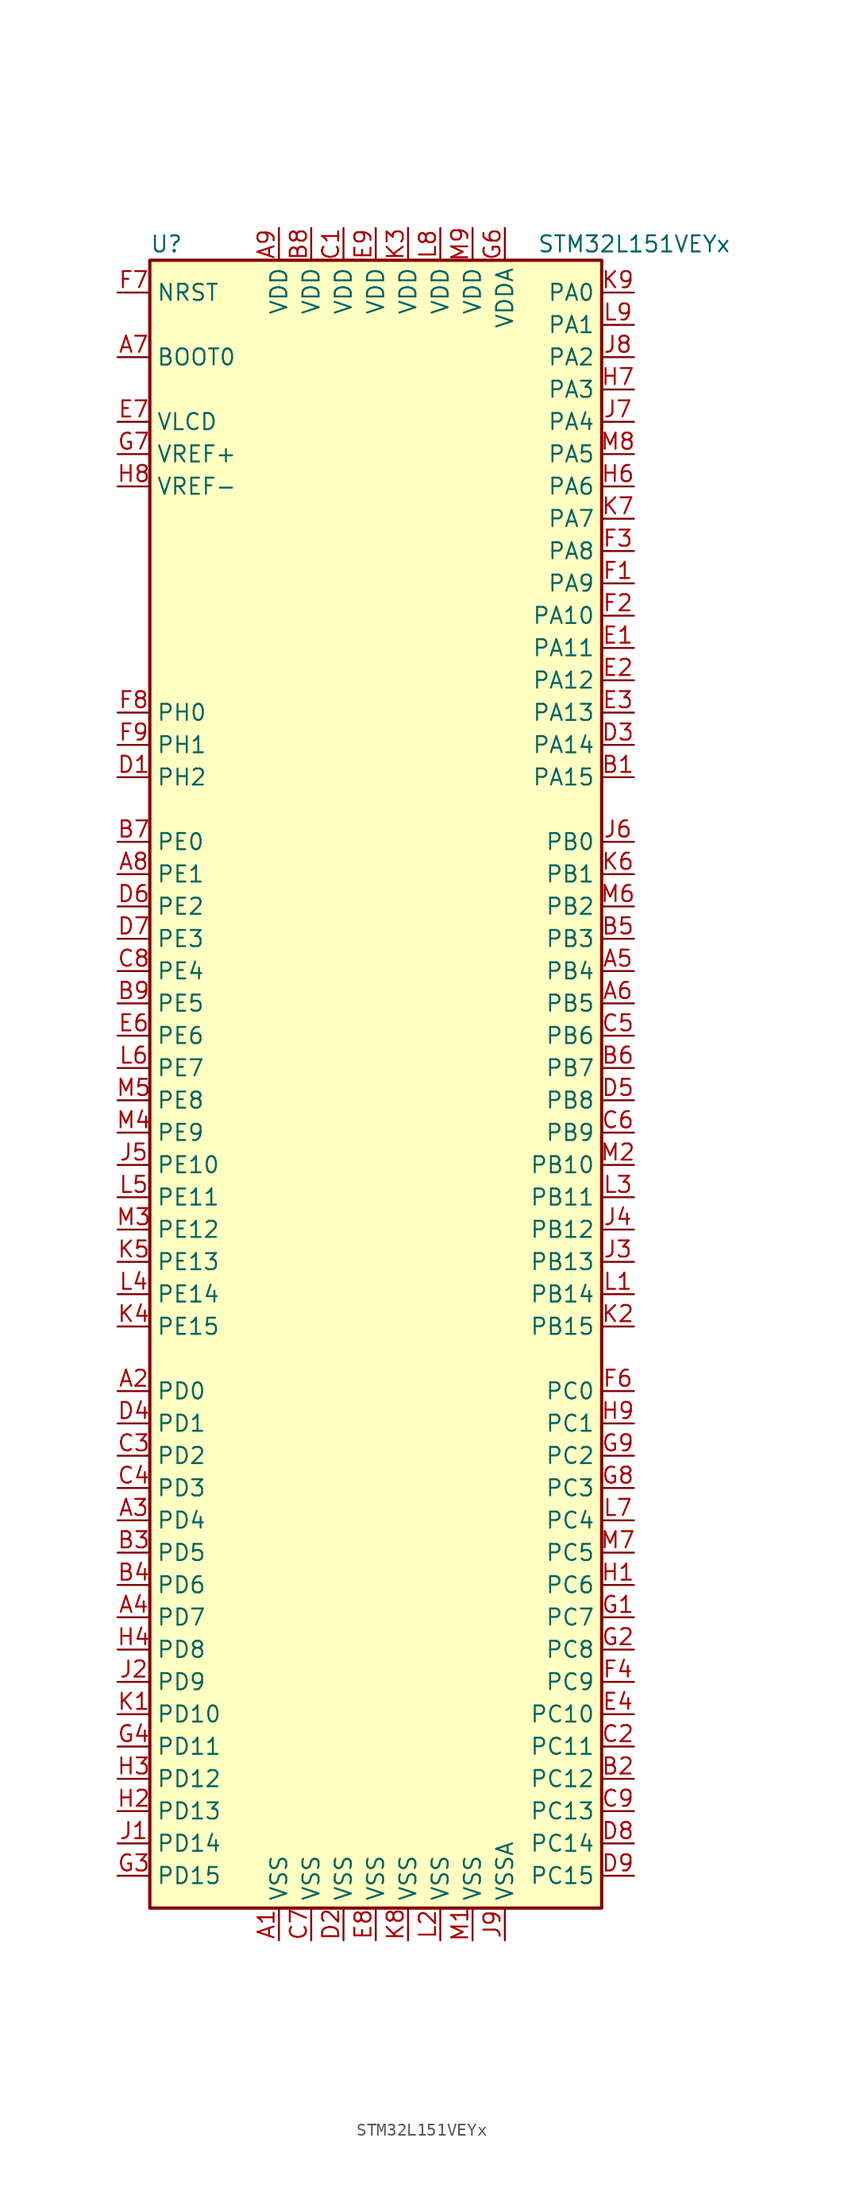
<source format=kicad_sym>
(kicad_symbol_lib
  (version 20201005)
  (generator kicad_symbol_editor)
  (symbol "STM32L151VEYx"
    (property "Reference" "U"
      (at -17.78 64.77 0)
      (effects (font (size 1.27 1.27)) (justify left)))
    (property "Value" "STM32L151VEYx"
      (at 12.7 64.77 0)
      (effects (font (size 1.27 1.27)) (justify left)))
    (symbol "STM32L151VEYx_0_1"
      (rectangle (start -17.78 -66.04) (end 17.78 63.5) (stroke (width 0.254)) (fill (type background))))
    (symbol "STM32L151VEYx_1_1"
      (pin power_in line (at -7.62 -68.58 90) (length 2.54) (name "VSS" (effects (font (size 1.27 1.27)))) (number "A1" (effects (font (size 1.27 1.27)))))
      (pin bidirectional line (at -20.32 -25.4 0) (length 2.54) (name "PD0" (effects (font (size 1.27 1.27)))) (number "A2" (effects (font (size 1.27 1.27)))))
      (pin bidirectional line (at -20.32 -35.56 0) (length 2.54) (name "PD4" (effects (font (size 1.27 1.27)))) (number "A3" (effects (font (size 1.27 1.27)))))
      (pin bidirectional line (at -20.32 -43.18 0) (length 2.54) (name "PD7" (effects (font (size 1.27 1.27)))) (number "A4" (effects (font (size 1.27 1.27)))))
      (pin bidirectional line (at 20.32 7.62 180) (length 2.54) (name "PB4" (effects (font (size 1.27 1.27)))) (number "A5" (effects (font (size 1.27 1.27)))))
      (pin bidirectional line (at 20.32 5.08 180) (length 2.54) (name "PB5" (effects (font (size 1.27 1.27)))) (number "A6" (effects (font (size 1.27 1.27)))))
      (pin input line (at -20.32 55.88 0) (length 2.54) (name "BOOT0" (effects (font (size 1.27 1.27)))) (number "A7" (effects (font (size 1.27 1.27)))))
      (pin bidirectional line (at -20.32 15.24 0) (length 2.54) (name "PE1" (effects (font (size 1.27 1.27)))) (number "A8" (effects (font (size 1.27 1.27)))))
      (pin power_in line (at -7.62 66.04 270) (length 2.54) (name "VDD" (effects (font (size 1.27 1.27)))) (number "A9" (effects (font (size 1.27 1.27)))))
      (pin bidirectional line (at 20.32 22.86 180) (length 2.54) (name "PA15" (effects (font (size 1.27 1.27)))) (number "B1" (effects (font (size 1.27 1.27)))))
      (pin bidirectional line (at 20.32 -55.88 180) (length 2.54) (name "PC12" (effects (font (size 1.27 1.27)))) (number "B2" (effects (font (size 1.27 1.27)))))
      (pin bidirectional line (at -20.32 -38.1 0) (length 2.54) (name "PD5" (effects (font (size 1.27 1.27)))) (number "B3" (effects (font (size 1.27 1.27)))))
      (pin bidirectional line (at -20.32 -40.64 0) (length 2.54) (name "PD6" (effects (font (size 1.27 1.27)))) (number "B4" (effects (font (size 1.27 1.27)))))
      (pin bidirectional line (at 20.32 10.16 180) (length 2.54) (name "PB3" (effects (font (size 1.27 1.27)))) (number "B5" (effects (font (size 1.27 1.27)))))
      (pin bidirectional line (at 20.32 0 180) (length 2.54) (name "PB7" (effects (font (size 1.27 1.27)))) (number "B6" (effects (font (size 1.27 1.27)))))
      (pin bidirectional line (at -20.32 17.78 0) (length 2.54) (name "PE0" (effects (font (size 1.27 1.27)))) (number "B7" (effects (font (size 1.27 1.27)))))
      (pin power_in line (at -5.08 66.04 270) (length 2.54) (name "VDD" (effects (font (size 1.27 1.27)))) (number "B8" (effects (font (size 1.27 1.27)))))
      (pin bidirectional line (at -20.32 5.08 0) (length 2.54) (name "PE5" (effects (font (size 1.27 1.27)))) (number "B9" (effects (font (size 1.27 1.27)))))
      (pin power_in line (at -2.54 66.04 270) (length 2.54) (name "VDD" (effects (font (size 1.27 1.27)))) (number "C1" (effects (font (size 1.27 1.27)))))
      (pin bidirectional line (at 20.32 -53.34 180) (length 2.54) (name "PC11" (effects (font (size 1.27 1.27)))) (number "C2" (effects (font (size 1.27 1.27)))))
      (pin bidirectional line (at -20.32 -30.48 0) (length 2.54) (name "PD2" (effects (font (size 1.27 1.27)))) (number "C3" (effects (font (size 1.27 1.27)))))
      (pin bidirectional line (at -20.32 -33.02 0) (length 2.54) (name "PD3" (effects (font (size 1.27 1.27)))) (number "C4" (effects (font (size 1.27 1.27)))))
      (pin bidirectional line (at 20.32 2.54 180) (length 2.54) (name "PB6" (effects (font (size 1.27 1.27)))) (number "C5" (effects (font (size 1.27 1.27)))))
      (pin bidirectional line (at 20.32 -5.08 180) (length 2.54) (name "PB9" (effects (font (size 1.27 1.27)))) (number "C6" (effects (font (size 1.27 1.27)))))
      (pin power_in line (at -5.08 -68.58 90) (length 2.54) (name "VSS" (effects (font (size 1.27 1.27)))) (number "C7" (effects (font (size 1.27 1.27)))))
      (pin bidirectional line (at -20.32 7.62 0) (length 2.54) (name "PE4" (effects (font (size 1.27 1.27)))) (number "C8" (effects (font (size 1.27 1.27)))))
      (pin bidirectional line (at 20.32 -58.42 180) (length 2.54) (name "PC13" (effects (font (size 1.27 1.27)))) (number "C9" (effects (font (size 1.27 1.27)))))
      (pin bidirectional line (at -20.32 22.86 0) (length 2.54) (name "PH2" (effects (font (size 1.27 1.27)))) (number "D1" (effects (font (size 1.27 1.27)))))
      (pin power_in line (at -2.54 -68.58 90) (length 2.54) (name "VSS" (effects (font (size 1.27 1.27)))) (number "D2" (effects (font (size 1.27 1.27)))))
      (pin bidirectional line (at 20.32 25.4 180) (length 2.54) (name "PA14" (effects (font (size 1.27 1.27)))) (number "D3" (effects (font (size 1.27 1.27)))))
      (pin bidirectional line (at -20.32 -27.94 0) (length 2.54) (name "PD1" (effects (font (size 1.27 1.27)))) (number "D4" (effects (font (size 1.27 1.27)))))
      (pin bidirectional line (at 20.32 -2.54 180) (length 2.54) (name "PB8" (effects (font (size 1.27 1.27)))) (number "D5" (effects (font (size 1.27 1.27)))))
      (pin bidirectional line (at -20.32 12.7 0) (length 2.54) (name "PE2" (effects (font (size 1.27 1.27)))) (number "D6" (effects (font (size 1.27 1.27)))))
      (pin bidirectional line (at -20.32 10.16 0) (length 2.54) (name "PE3" (effects (font (size 1.27 1.27)))) (number "D7" (effects (font (size 1.27 1.27)))))
      (pin bidirectional line (at 20.32 -60.96 180) (length 2.54) (name "PC14" (effects (font (size 1.27 1.27)))) (number "D8" (effects (font (size 1.27 1.27)))))
      (pin bidirectional line (at 20.32 -63.5 180) (length 2.54) (name "PC15" (effects (font (size 1.27 1.27)))) (number "D9" (effects (font (size 1.27 1.27)))))
      (pin bidirectional line (at 20.32 33.02 180) (length 2.54) (name "PA11" (effects (font (size 1.27 1.27)))) (number "E1" (effects (font (size 1.27 1.27)))))
      (pin bidirectional line (at 20.32 30.48 180) (length 2.54) (name "PA12" (effects (font (size 1.27 1.27)))) (number "E2" (effects (font (size 1.27 1.27)))))
      (pin bidirectional line (at 20.32 27.94 180) (length 2.54) (name "PA13" (effects (font (size 1.27 1.27)))) (number "E3" (effects (font (size 1.27 1.27)))))
      (pin bidirectional line (at 20.32 -50.8 180) (length 2.54) (name "PC10" (effects (font (size 1.27 1.27)))) (number "E4" (effects (font (size 1.27 1.27)))))
      (pin bidirectional line (at -20.32 2.54 0) (length 2.54) (name "PE6" (effects (font (size 1.27 1.27)))) (number "E6" (effects (font (size 1.27 1.27)))))
      (pin power_in line (at -20.32 50.8 0) (length 2.54) (name "VLCD" (effects (font (size 1.27 1.27)))) (number "E7" (effects (font (size 1.27 1.27)))))
      (pin power_in line (at 0 -68.58 90) (length 2.54) (name "VSS" (effects (font (size 1.27 1.27)))) (number "E8" (effects (font (size 1.27 1.27)))))
      (pin power_in line (at 0 66.04 270) (length 2.54) (name "VDD" (effects (font (size 1.27 1.27)))) (number "E9" (effects (font (size 1.27 1.27)))))
      (pin bidirectional line (at 20.32 38.1 180) (length 2.54) (name "PA9" (effects (font (size 1.27 1.27)))) (number "F1" (effects (font (size 1.27 1.27)))))
      (pin bidirectional line (at 20.32 35.56 180) (length 2.54) (name "PA10" (effects (font (size 1.27 1.27)))) (number "F2" (effects (font (size 1.27 1.27)))))
      (pin bidirectional line (at 20.32 40.64 180) (length 2.54) (name "PA8" (effects (font (size 1.27 1.27)))) (number "F3" (effects (font (size 1.27 1.27)))))
      (pin bidirectional line (at 20.32 -48.26 180) (length 2.54) (name "PC9" (effects (font (size 1.27 1.27)))) (number "F4" (effects (font (size 1.27 1.27)))))
      (pin bidirectional line (at 20.32 -25.4 180) (length 2.54) (name "PC0" (effects (font (size 1.27 1.27)))) (number "F6" (effects (font (size 1.27 1.27)))))
      (pin input line (at -20.32 60.96 0) (length 2.54) (name "NRST" (effects (font (size 1.27 1.27)))) (number "F7" (effects (font (size 1.27 1.27)))))
      (pin input line (at -20.32 27.94 0) (length 2.54) (name "PH0" (effects (font (size 1.27 1.27)))) (number "F8" (effects (font (size 1.27 1.27)))))
      (pin input line (at -20.32 25.4 0) (length 2.54) (name "PH1" (effects (font (size 1.27 1.27)))) (number "F9" (effects (font (size 1.27 1.27)))))
      (pin bidirectional line (at 20.32 -43.18 180) (length 2.54) (name "PC7" (effects (font (size 1.27 1.27)))) (number "G1" (effects (font (size 1.27 1.27)))))
      (pin bidirectional line (at 20.32 -45.72 180) (length 2.54) (name "PC8" (effects (font (size 1.27 1.27)))) (number "G2" (effects (font (size 1.27 1.27)))))
      (pin bidirectional line (at -20.32 -63.5 0) (length 2.54) (name "PD15" (effects (font (size 1.27 1.27)))) (number "G3" (effects (font (size 1.27 1.27)))))
      (pin bidirectional line (at -20.32 -53.34 0) (length 2.54) (name "PD11" (effects (font (size 1.27 1.27)))) (number "G4" (effects (font (size 1.27 1.27)))))
      (pin power_in line (at 10.16 66.04 270) (length 2.54) (name "VDDA" (effects (font (size 1.27 1.27)))) (number "G6" (effects (font (size 1.27 1.27)))))
      (pin power_in line (at -20.32 48.26 0) (length 2.54) (name "VREF+" (effects (font (size 1.27 1.27)))) (number "G7" (effects (font (size 1.27 1.27)))))
      (pin bidirectional line (at 20.32 -33.02 180) (length 2.54) (name "PC3" (effects (font (size 1.27 1.27)))) (number "G8" (effects (font (size 1.27 1.27)))))
      (pin bidirectional line (at 20.32 -30.48 180) (length 2.54) (name "PC2" (effects (font (size 1.27 1.27)))) (number "G9" (effects (font (size 1.27 1.27)))))
      (pin bidirectional line (at 20.32 -40.64 180) (length 2.54) (name "PC6" (effects (font (size 1.27 1.27)))) (number "H1" (effects (font (size 1.27 1.27)))))
      (pin bidirectional line (at -20.32 -58.42 0) (length 2.54) (name "PD13" (effects (font (size 1.27 1.27)))) (number "H2" (effects (font (size 1.27 1.27)))))
      (pin bidirectional line (at -20.32 -55.88 0) (length 2.54) (name "PD12" (effects (font (size 1.27 1.27)))) (number "H3" (effects (font (size 1.27 1.27)))))
      (pin bidirectional line (at -20.32 -45.72 0) (length 2.54) (name "PD8" (effects (font (size 1.27 1.27)))) (number "H4" (effects (font (size 1.27 1.27)))))
      (pin bidirectional line (at 20.32 45.72 180) (length 2.54) (name "PA6" (effects (font (size 1.27 1.27)))) (number "H6" (effects (font (size 1.27 1.27)))))
      (pin bidirectional line (at 20.32 53.34 180) (length 2.54) (name "PA3" (effects (font (size 1.27 1.27)))) (number "H7" (effects (font (size 1.27 1.27)))))
      (pin power_in line (at -20.32 45.72 0) (length 2.54) (name "VREF-" (effects (font (size 1.27 1.27)))) (number "H8" (effects (font (size 1.27 1.27)))))
      (pin bidirectional line (at 20.32 -27.94 180) (length 2.54) (name "PC1" (effects (font (size 1.27 1.27)))) (number "H9" (effects (font (size 1.27 1.27)))))
      (pin bidirectional line (at -20.32 -60.96 0) (length 2.54) (name "PD14" (effects (font (size 1.27 1.27)))) (number "J1" (effects (font (size 1.27 1.27)))))
      (pin bidirectional line (at -20.32 -48.26 0) (length 2.54) (name "PD9" (effects (font (size 1.27 1.27)))) (number "J2" (effects (font (size 1.27 1.27)))))
      (pin bidirectional line (at 20.32 -15.24 180) (length 2.54) (name "PB13" (effects (font (size 1.27 1.27)))) (number "J3" (effects (font (size 1.27 1.27)))))
      (pin bidirectional line (at 20.32 -12.7 180) (length 2.54) (name "PB12" (effects (font (size 1.27 1.27)))) (number "J4" (effects (font (size 1.27 1.27)))))
      (pin bidirectional line (at -20.32 -7.62 0) (length 2.54) (name "PE10" (effects (font (size 1.27 1.27)))) (number "J5" (effects (font (size 1.27 1.27)))))
      (pin bidirectional line (at 20.32 17.78 180) (length 2.54) (name "PB0" (effects (font (size 1.27 1.27)))) (number "J6" (effects (font (size 1.27 1.27)))))
      (pin bidirectional line (at 20.32 50.8 180) (length 2.54) (name "PA4" (effects (font (size 1.27 1.27)))) (number "J7" (effects (font (size 1.27 1.27)))))
      (pin bidirectional line (at 20.32 55.88 180) (length 2.54) (name "PA2" (effects (font (size 1.27 1.27)))) (number "J8" (effects (font (size 1.27 1.27)))))
      (pin power_in line (at 10.16 -68.58 90) (length 2.54) (name "VSSA" (effects (font (size 1.27 1.27)))) (number "J9" (effects (font (size 1.27 1.27)))))
      (pin bidirectional line (at -20.32 -50.8 0) (length 2.54) (name "PD10" (effects (font (size 1.27 1.27)))) (number "K1" (effects (font (size 1.27 1.27)))))
      (pin bidirectional line (at 20.32 -20.32 180) (length 2.54) (name "PB15" (effects (font (size 1.27 1.27)))) (number "K2" (effects (font (size 1.27 1.27)))))
      (pin power_in line (at 2.54 66.04 270) (length 2.54) (name "VDD" (effects (font (size 1.27 1.27)))) (number "K3" (effects (font (size 1.27 1.27)))))
      (pin bidirectional line (at -20.32 -20.32 0) (length 2.54) (name "PE15" (effects (font (size 1.27 1.27)))) (number "K4" (effects (font (size 1.27 1.27)))))
      (pin bidirectional line (at -20.32 -15.24 0) (length 2.54) (name "PE13" (effects (font (size 1.27 1.27)))) (number "K5" (effects (font (size 1.27 1.27)))))
      (pin bidirectional line (at 20.32 15.24 180) (length 2.54) (name "PB1" (effects (font (size 1.27 1.27)))) (number "K6" (effects (font (size 1.27 1.27)))))
      (pin bidirectional line (at 20.32 43.18 180) (length 2.54) (name "PA7" (effects (font (size 1.27 1.27)))) (number "K7" (effects (font (size 1.27 1.27)))))
      (pin power_in line (at 2.54 -68.58 90) (length 2.54) (name "VSS" (effects (font (size 1.27 1.27)))) (number "K8" (effects (font (size 1.27 1.27)))))
      (pin bidirectional line (at 20.32 60.96 180) (length 2.54) (name "PA0" (effects (font (size 1.27 1.27)))) (number "K9" (effects (font (size 1.27 1.27)))))
      (pin bidirectional line (at 20.32 -17.78 180) (length 2.54) (name "PB14" (effects (font (size 1.27 1.27)))) (number "L1" (effects (font (size 1.27 1.27)))))
      (pin power_in line (at 5.08 -68.58 90) (length 2.54) (name "VSS" (effects (font (size 1.27 1.27)))) (number "L2" (effects (font (size 1.27 1.27)))))
      (pin bidirectional line (at 20.32 -10.16 180) (length 2.54) (name "PB11" (effects (font (size 1.27 1.27)))) (number "L3" (effects (font (size 1.27 1.27)))))
      (pin bidirectional line (at -20.32 -17.78 0) (length 2.54) (name "PE14" (effects (font (size 1.27 1.27)))) (number "L4" (effects (font (size 1.27 1.27)))))
      (pin bidirectional line (at -20.32 -10.16 0) (length 2.54) (name "PE11" (effects (font (size 1.27 1.27)))) (number "L5" (effects (font (size 1.27 1.27)))))
      (pin bidirectional line (at -20.32 0 0) (length 2.54) (name "PE7" (effects (font (size 1.27 1.27)))) (number "L6" (effects (font (size 1.27 1.27)))))
      (pin bidirectional line (at 20.32 -35.56 180) (length 2.54) (name "PC4" (effects (font (size 1.27 1.27)))) (number "L7" (effects (font (size 1.27 1.27)))))
      (pin power_in line (at 5.08 66.04 270) (length 2.54) (name "VDD" (effects (font (size 1.27 1.27)))) (number "L8" (effects (font (size 1.27 1.27)))))
      (pin bidirectional line (at 20.32 58.42 180) (length 2.54) (name "PA1" (effects (font (size 1.27 1.27)))) (number "L9" (effects (font (size 1.27 1.27)))))
      (pin power_in line (at 7.62 -68.58 90) (length 2.54) (name "VSS" (effects (font (size 1.27 1.27)))) (number "M1" (effects (font (size 1.27 1.27)))))
      (pin bidirectional line (at 20.32 -7.62 180) (length 2.54) (name "PB10" (effects (font (size 1.27 1.27)))) (number "M2" (effects (font (size 1.27 1.27)))))
      (pin bidirectional line (at -20.32 -12.7 0) (length 2.54) (name "PE12" (effects (font (size 1.27 1.27)))) (number "M3" (effects (font (size 1.27 1.27)))))
      (pin bidirectional line (at -20.32 -5.08 0) (length 2.54) (name "PE9" (effects (font (size 1.27 1.27)))) (number "M4" (effects (font (size 1.27 1.27)))))
      (pin bidirectional line (at -20.32 -2.54 0) (length 2.54) (name "PE8" (effects (font (size 1.27 1.27)))) (number "M5" (effects (font (size 1.27 1.27)))))
      (pin bidirectional line (at 20.32 12.7 180) (length 2.54) (name "PB2" (effects (font (size 1.27 1.27)))) (number "M6" (effects (font (size 1.27 1.27)))))
      (pin bidirectional line (at 20.32 -38.1 180) (length 2.54) (name "PC5" (effects (font (size 1.27 1.27)))) (number "M7" (effects (font (size 1.27 1.27)))))
      (pin bidirectional line (at 20.32 48.26 180) (length 2.54) (name "PA5" (effects (font (size 1.27 1.27)))) (number "M8" (effects (font (size 1.27 1.27)))))
      (pin power_in line (at 7.62 66.04 270) (length 2.54) (name "VDD" (effects (font (size 1.27 1.27)))) (number "M9" (effects (font (size 1.27 1.27))))))))
</source>
